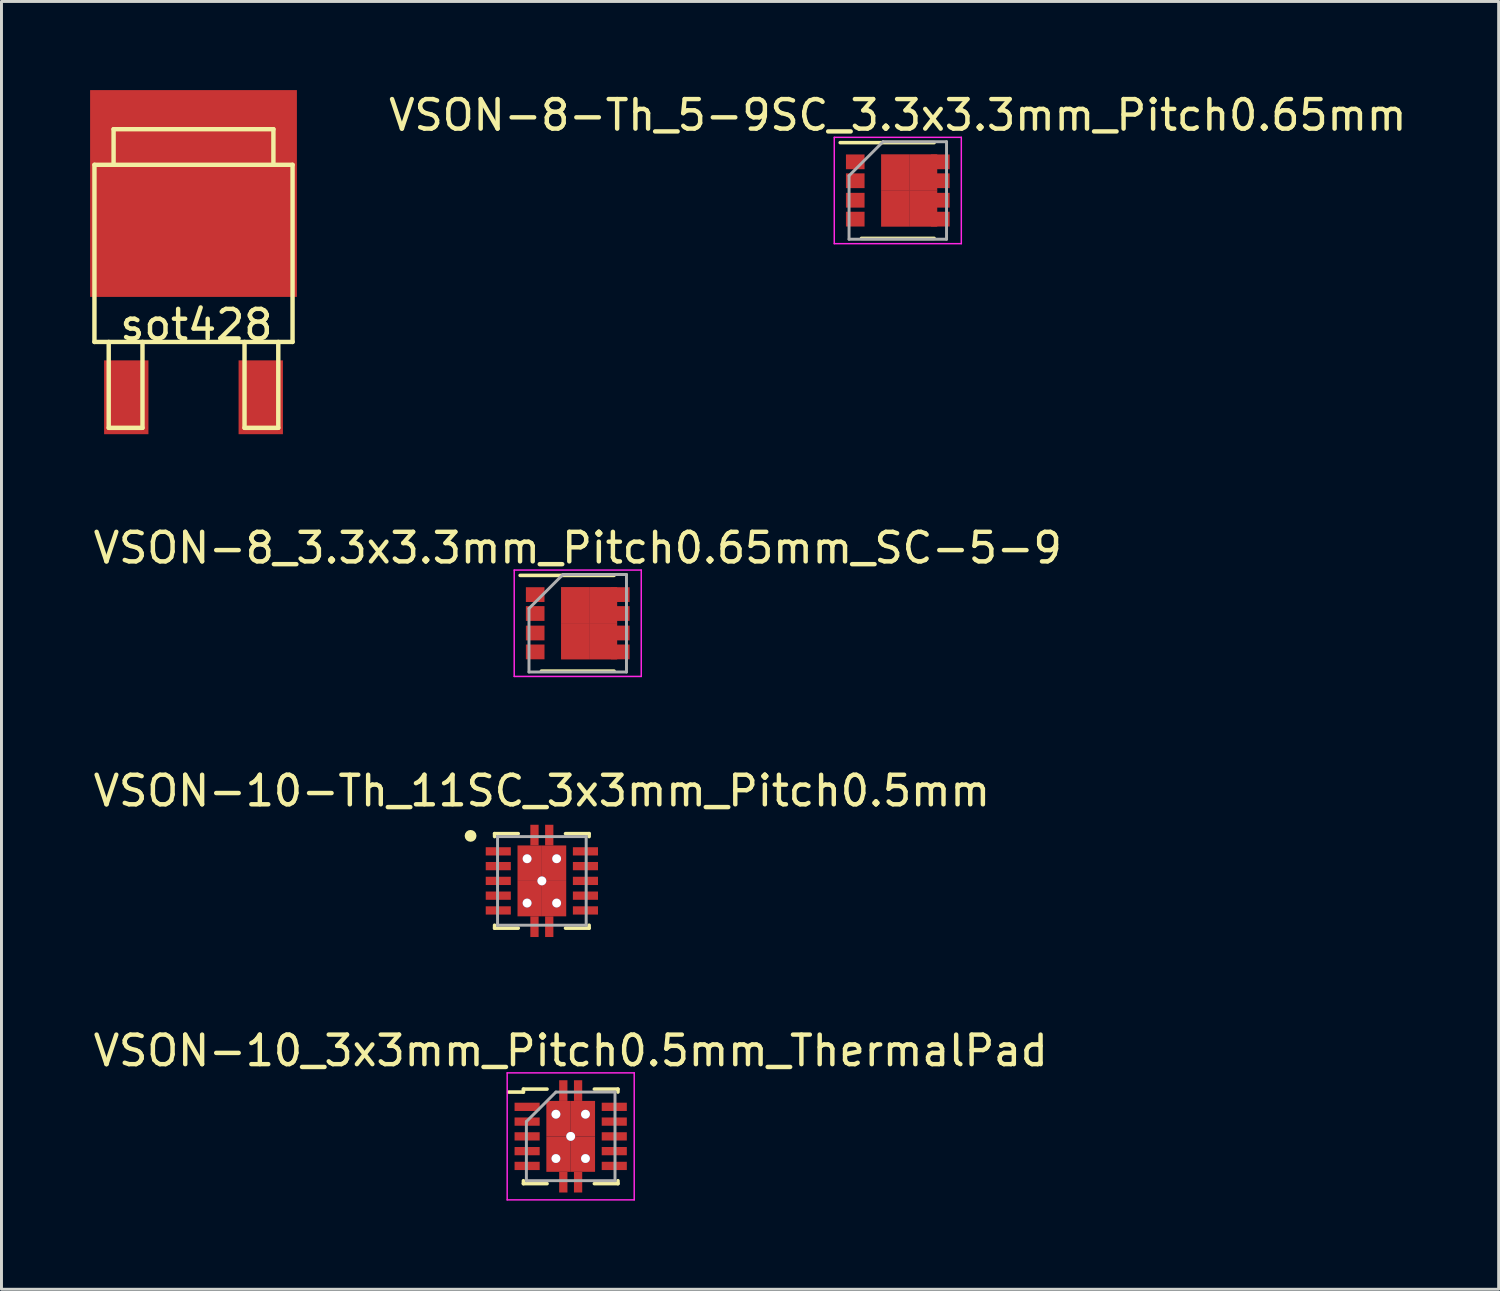
<source format=kicad_pcb>
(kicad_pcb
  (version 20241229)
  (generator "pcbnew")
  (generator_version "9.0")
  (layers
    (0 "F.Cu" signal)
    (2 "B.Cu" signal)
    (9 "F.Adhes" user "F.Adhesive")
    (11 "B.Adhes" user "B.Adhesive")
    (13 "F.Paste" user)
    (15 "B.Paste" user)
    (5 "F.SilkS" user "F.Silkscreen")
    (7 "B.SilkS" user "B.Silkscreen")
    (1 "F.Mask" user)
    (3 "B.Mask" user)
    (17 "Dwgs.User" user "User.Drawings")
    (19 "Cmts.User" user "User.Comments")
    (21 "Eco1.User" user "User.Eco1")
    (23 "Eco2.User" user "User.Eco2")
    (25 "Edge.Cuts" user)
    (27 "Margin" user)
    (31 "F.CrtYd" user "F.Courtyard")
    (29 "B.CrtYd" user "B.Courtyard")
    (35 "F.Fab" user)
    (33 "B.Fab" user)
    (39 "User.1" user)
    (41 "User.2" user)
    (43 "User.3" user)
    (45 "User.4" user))
  (footprint "VSON-10-Th_11SC_3x3mm_Pitch0.5mm"
    (layer "F.Cu")
    (at 15.292 26.768)
    (property "Reference" "VSON-10-Th_11SC_3x3mm_Pitch0.5mm" (at 0 -3.048 0) (layer "F.SilkS") (effects (font (size 1 1) (thickness 0.15))))
    (attr smd)
    (fp_line (start -1.6 -1.6) (end -1.6 -1.5) (stroke (width 0.12) (type solid)) (layer "F.SilkS"))
    (fp_line (start -1.6 1.5) (end -1.6 1.6) (stroke (width 0.12) (type solid)) (layer "F.SilkS"))
    (fp_line (start -1.6 1.6) (end -0.8 1.6) (stroke (width 0.12) (type solid)) (layer "F.SilkS"))
    (fp_line (start -0.8 -1.6) (end -1.6 -1.6) (stroke (width 0.12) (type solid)) (layer "F.SilkS"))
    (fp_line (start 0.8 -1.6) (end 1.6 -1.6) (stroke (width 0.12) (type solid)) (layer "F.SilkS"))
    (fp_line (start 0.8 1.6) (end 1.6 1.6) (stroke (width 0.12) (type solid)) (layer "F.SilkS"))
    (fp_line (start 1.6 -1.6) (end 1.6 -1.5) (stroke (width 0.12) (type solid)) (layer "F.SilkS"))
    (fp_line (start 1.6 1.6) (end 1.6 1.5) (stroke (width 0.12) (type solid)) (layer "F.SilkS"))
    (fp_circle (center -2.413 -1.524) (end -2.413 -1.424) (stroke (width 0.2) (type solid)) (fill no) (layer "F.SilkS"))
    (fp_line (start -1.5 -1.5) (end -1.5 1.5) (stroke (width 0.1) (type solid)) (layer "F.Fab"))
    (fp_line (start -1.5 -1.5) (end 1.5 -1.5) (stroke (width 0.1) (type solid)) (layer "F.Fab"))
    (fp_line (start -1.5 1.5) (end 1.5 1.5) (stroke (width 0.1) (type solid)) (layer "F.Fab"))
    (fp_line (start 1.5 -1.5) (end 1.5 1.5) (stroke (width 0.1) (type solid)) (layer "F.Fab"))
    (pad "1" smd rect (at -1.475 -1) (size 0.85 0.28) (layers "F.Cu" "F.Mask" "F.Paste"))
    (pad "2" smd rect (at -1.475 -0.5) (size 0.85 0.28) (layers "F.Cu" "F.Mask" "F.Paste"))
    (pad "3" smd rect (at -1.475 0) (size 0.85 0.28) (layers "F.Cu" "F.Mask" "F.Paste"))
    (pad "4" smd rect (at -1.475 0.5) (size 0.85 0.28) (layers "F.Cu" "F.Mask" "F.Paste"))
    (pad "5" smd rect (at -1.475 1) (size 0.85 0.28) (layers "F.Cu" "F.Mask" "F.Paste"))
    (pad "6" smd rect (at 1.475 1) (size 0.85 0.28) (layers "F.Cu" "F.Mask" "F.Paste"))
    (pad "7" smd rect (at 1.475 0.5) (size 0.85 0.28) (layers "F.Cu" "F.Mask" "F.Paste"))
    (pad "8" smd rect (at 1.475 0) (size 0.85 0.28) (layers "F.Cu" "F.Mask" "F.Paste"))
    (pad "9" smd rect (at 1.475 -0.5) (size 0.85 0.28) (layers "F.Cu" "F.Mask" "F.Paste"))
    (pad "10" smd rect (at 1.475 -1) (size 0.85 0.28) (layers "F.Cu" "F.Mask" "F.Paste"))
    (pad "11" thru_hole circle (at -0.5 -0.75) (size 0.3 0.3) (drill 0.3) (layers "*.Cu" "*.Mask"))
    (pad "11" thru_hole circle (at -0.5 0.75) (size 0.3 0.3) (drill 0.3) (layers "*.Cu" "*.Mask"))
    (pad "11" smd rect (at -0.412 -0.6) (size 0.825 1.2) (layers "F.Cu" "F.Mask" "F.Paste"))
    (pad "11" smd rect (at -0.412 0.6) (size 0.825 1.2) (layers "F.Cu" "F.Mask" "F.Paste"))
    (pad "11" smd rect (at -0.25 -1.55) (size 0.28 0.7) (layers "F.Cu" "F.Mask" "F.Paste"))
    (pad "11" smd rect (at -0.25 1.55) (size 0.28 0.7) (layers "F.Cu" "F.Mask" "F.Paste"))
    (pad "11" thru_hole circle (at 0 0) (size 0.3 0.3) (drill 0.3) (layers "*.Cu" "*.Mask"))
    (pad "11" smd rect (at 0.25 -1.55) (size 0.28 0.7) (layers "F.Cu" "F.Mask" "F.Paste"))
    (pad "11" smd rect (at 0.25 1.55) (size 0.28 0.7) (layers "F.Cu" "F.Mask" "F.Paste"))
    (pad "11" smd rect (at 0.412 -0.6) (size 0.825 1.2) (layers "F.Cu" "F.Mask" "F.Paste"))
    (pad "11" smd rect (at 0.412 0.6) (size 0.825 1.2) (layers "F.Cu" "F.Mask" "F.Paste"))
    (pad "11" thru_hole circle (at 0.5 -0.75) (size 0.3 0.3) (drill 0.3) (layers "*.Cu" "*.Mask"))
    (pad "11" thru_hole circle (at 0.5 0.75) (size 0.3 0.3) (drill 0.3) (layers "*.Cu" "*.Mask")))
  (footprint "sot428"
    (layer "F.Cu")
    (at 3.5 6.949)
    (property "Reference" "sot428" (at 0.099 1.001 0) (layer "F.SilkS") (effects (font (size 1 1) (thickness 0.15))))
    (attr smd)
    (fp_line (start -3.353 -4.42) (end -3.353 1.575) (stroke (width 0.15) (type solid)) (layer "F.SilkS"))
    (fp_line (start -2.87 1.575) (end -2.87 4.483) (stroke (width 0.15) (type solid)) (layer "F.SilkS"))
    (fp_line (start -2.87 4.483) (end -1.727 4.483) (stroke (width 0.15) (type solid)) (layer "F.SilkS"))
    (fp_line (start -2.705 -5.626) (end 2.705 -5.626) (stroke (width 0.15) (type solid)) (layer "F.SilkS"))
    (fp_line (start -2.705 -4.432) (end -2.705 -5.626) (stroke (width 0.15) (type solid)) (layer "F.SilkS"))
    (fp_line (start -1.727 4.483) (end -1.727 1.575) (stroke (width 0.15) (type solid)) (layer "F.SilkS"))
    (fp_line (start 1.727 1.575) (end 1.727 4.483) (stroke (width 0.15) (type solid)) (layer "F.SilkS"))
    (fp_line (start 1.727 4.483) (end 2.87 4.483) (stroke (width 0.15) (type solid)) (layer "F.SilkS"))
    (fp_line (start 2.705 -5.626) (end 2.705 -4.42) (stroke (width 0.15) (type solid)) (layer "F.SilkS"))
    (fp_line (start 2.87 4.483) (end 2.87 1.575) (stroke (width 0.15) (type solid)) (layer "F.SilkS"))
    (fp_line (start 3.353 -4.42) (end -3.353 -4.42) (stroke (width 0.15) (type solid)) (layer "F.SilkS"))
    (fp_line (start 3.353 1.575) (end -3.353 1.575) (stroke (width 0.15) (type solid)) (layer "F.SilkS"))
    (fp_line (start 3.353 1.575) (end 3.353 -4.42) (stroke (width 0.15) (type solid)) (layer "F.SilkS"))
    (pad "1" smd rect (at -2.276 3.449) (size 1.501 2.499) (layers "F.Cu" "F.Mask" "F.Paste"))
    (pad "2" smd rect (at 0 -3.449) (size 7 7) (layers "F.Cu" "F.Mask" "F.Paste"))
    (pad "3" smd rect (at 2.276 3.449) (size 1.501 2.499) (layers "F.Cu" "F.Mask" "F.Paste")))
  (footprint "VSON-8_3.3x3.3mm_Pitch0.65mm_SC-5-9"
    (layer "F.Cu")
    (at 16.506 18.047)
    (property "Reference" "VSON-8_3.3x3.3mm_Pitch0.65mm_SC-5-9" (at 0 -2.55 0) (layer "F.SilkS") (effects (font (size 1 1) (thickness 0.15))))
    (attr smd)
    (fp_line (start -1.95 -1.62) (end 1.23 -1.62) (stroke (width 0.12) (type solid)) (layer "F.SilkS"))
    (fp_line (start -1.23 1.62) (end 1.23 1.62) (stroke (width 0.12) (type solid)) (layer "F.SilkS"))
    (fp_line (start -2.15 -1.8) (end -2.15 1.8) (stroke (width 0.05) (type solid)) (layer "F.CrtYd"))
    (fp_line (start -2.15 -1.8) (end 2.15 -1.8) (stroke (width 0.05) (type solid)) (layer "F.CrtYd"))
    (fp_line (start -2.15 1.8) (end 2.15 1.8) (stroke (width 0.05) (type solid)) (layer "F.CrtYd"))
    (fp_line (start 2.15 -1.8) (end 2.15 1.8) (stroke (width 0.05) (type solid)) (layer "F.CrtYd"))
    (fp_line (start -1.65 -0.5) (end -0.5 -1.65) (stroke (width 0.1) (type solid)) (layer "F.Fab"))
    (fp_line (start -1.65 1.65) (end -1.65 -0.5) (stroke (width 0.1) (type solid)) (layer "F.Fab"))
    (fp_line (start -0.5 -1.65) (end 1.65 -1.65) (stroke (width 0.1) (type solid)) (layer "F.Fab"))
    (fp_line (start 1.65 -1.65) (end 1.65 1.65) (stroke (width 0.1) (type solid)) (layer "F.Fab"))
    (fp_line (start 1.65 1.65) (end -1.65 1.65) (stroke (width 0.1) (type solid)) (layer "F.Fab"))
    (pad "1" smd rect (at -1.44 -0.97) (size 0.63 0.5) (layers "F.Cu" "F.Mask" "F.Paste"))
    (pad "2" smd rect (at -1.44 -0.33) (size 0.63 0.5) (layers "F.Cu" "F.Mask" "F.Paste"))
    (pad "3" smd rect (at -1.44 0.33) (size 0.63 0.5) (layers "F.Cu" "F.Mask" "F.Paste"))
    (pad "4" smd rect (at -1.44 0.97) (size 0.63 0.5) (layers "F.Cu" "F.Mask" "F.Paste"))
    (pad "5" smd rect (at 1.44 0.97) (size 0.63 0.5) (layers "F.Cu" "F.Mask" "F.Paste"))
    (pad "6" smd rect (at 1.44 0.33) (size 0.63 0.5) (layers "F.Cu" "F.Mask" "F.Paste"))
    (pad "7" smd rect (at 1.44 -0.33) (size 0.63 0.5) (layers "F.Cu" "F.Mask" "F.Paste"))
    (pad "8" smd rect (at 1.44 -0.97) (size 0.63 0.5) (layers "F.Cu" "F.Mask" "F.Paste"))
    (pad "9" smd rect (at -0.09 -0.61) (size 0.95 1.23) (layers "F.Cu" "F.Mask" "F.Paste"))
    (pad "9" smd rect (at -0.09 0.61) (size 0.95 1.23) (layers "F.Cu" "F.Mask" "F.Paste"))
    (pad "9" smd rect (at 0.86 -0.61) (size 0.95 1.23) (layers "F.Cu" "F.Mask" "F.Paste"))
    (pad "9" smd rect (at 0.86 0.61) (size 0.95 1.23) (layers "F.Cu" "F.Mask" "F.Paste")))
  (footprint "VSON-8-Th_5-9SC_3.3x3.3mm_Pitch0.65mm"
    (layer "F.Cu")
    (at 27.34 3.398)
    (property "Reference" "VSON-8-Th_5-9SC_3.3x3.3mm_Pitch0.65mm" (at 0 -2.55 0) (layer "F.SilkS") (effects (font (size 1 1) (thickness 0.15))))
    (attr smd)
    (fp_line (start -1.95 -1.62) (end 1.23 -1.62) (stroke (width 0.12) (type solid)) (layer "F.SilkS"))
    (fp_line (start -1.23 1.62) (end 1.23 1.62) (stroke (width 0.12) (type solid)) (layer "F.SilkS"))
    (fp_line (start -2.15 -1.8) (end -2.15 1.8) (stroke (width 0.05) (type solid)) (layer "F.CrtYd"))
    (fp_line (start -2.15 -1.8) (end 2.15 -1.8) (stroke (width 0.05) (type solid)) (layer "F.CrtYd"))
    (fp_line (start -2.15 1.8) (end 2.15 1.8) (stroke (width 0.05) (type solid)) (layer "F.CrtYd"))
    (fp_line (start 2.15 -1.8) (end 2.15 1.8) (stroke (width 0.05) (type solid)) (layer "F.CrtYd"))
    (fp_line (start -1.65 -0.5) (end -0.5 -1.65) (stroke (width 0.1) (type solid)) (layer "F.Fab"))
    (fp_line (start -1.65 1.65) (end -1.65 -0.5) (stroke (width 0.1) (type solid)) (layer "F.Fab"))
    (fp_line (start -0.5 -1.65) (end 1.65 -1.65) (stroke (width 0.1) (type solid)) (layer "F.Fab"))
    (fp_line (start 1.65 -1.65) (end 1.65 1.65) (stroke (width 0.1) (type solid)) (layer "F.Fab"))
    (fp_line (start 1.65 1.65) (end -1.65 1.65) (stroke (width 0.1) (type solid)) (layer "F.Fab"))
    (pad "1" smd rect (at -1.44 -0.97) (size 0.63 0.5) (layers "F.Cu" "F.Mask" "F.Paste"))
    (pad "2" smd rect (at -1.44 -0.33) (size 0.63 0.5) (layers "F.Cu" "F.Mask" "F.Paste"))
    (pad "3" smd rect (at -1.44 0.33) (size 0.63 0.5) (layers "F.Cu" "F.Mask" "F.Paste"))
    (pad "4" smd rect (at -1.44 0.97) (size 0.63 0.5) (layers "F.Cu" "F.Mask" "F.Paste"))
    (pad "5" smd rect (at 1.44 0.97) (size 0.63 0.5) (layers "F.Cu" "F.Mask" "F.Paste"))
    (pad "6" smd rect (at 1.44 0.33) (size 0.63 0.5) (layers "F.Cu" "F.Mask" "F.Paste"))
    (pad "7" smd rect (at 1.44 -0.33) (size 0.63 0.5) (layers "F.Cu" "F.Mask" "F.Paste"))
    (pad "8" smd rect (at 1.44 -0.97) (size 0.63 0.5) (layers "F.Cu" "F.Mask" "F.Paste"))
    (pad "9" smd rect (at -0.09 -0.61) (size 0.95 1.23) (layers "F.Cu" "F.Mask" "F.Paste"))
    (pad "9" smd rect (at -0.09 0.61) (size 0.95 1.23) (layers "F.Cu" "F.Mask" "F.Paste"))
    (pad "9" smd rect (at 0.86 -0.61) (size 0.95 1.23) (layers "F.Cu" "F.Mask" "F.Paste"))
    (pad "9" smd rect (at 0.86 0.61) (size 0.95 1.23) (layers "F.Cu" "F.Mask" "F.Paste")))
  (footprint "VSON-10_3x3mm_Pitch0.5mm_ThermalPad"
    (layer "F.Cu")
    (at 16.268 35.416)
    (property "Reference" "VSON-10_3x3mm_Pitch0.5mm_ThermalPad" (at 0 -2.9 0) (layer "F.SilkS") (effects (font (size 1 1) (thickness 0.15))))
    (attr smd)
    (fp_line (start -1.6 -1.6) (end -1.6 -1.5) (stroke (width 0.12) (type solid)) (layer "F.SilkS"))
    (fp_line (start -1.6 -1.5) (end -2.1 -1.5) (stroke (width 0.12) (type solid)) (layer "F.SilkS"))
    (fp_line (start -1.6 1.5) (end -1.6 1.6) (stroke (width 0.12) (type solid)) (layer "F.SilkS"))
    (fp_line (start -1.6 1.6) (end -0.8 1.6) (stroke (width 0.12) (type solid)) (layer "F.SilkS"))
    (fp_line (start -0.8 -1.6) (end -1.6 -1.6) (stroke (width 0.12) (type solid)) (layer "F.SilkS"))
    (fp_line (start 0.8 -1.6) (end 1.6 -1.6) (stroke (width 0.12) (type solid)) (layer "F.SilkS"))
    (fp_line (start 0.8 1.6) (end 1.6 1.6) (stroke (width 0.12) (type solid)) (layer "F.SilkS"))
    (fp_line (start 1.6 -1.6) (end 1.6 -1.5) (stroke (width 0.12) (type solid)) (layer "F.SilkS"))
    (fp_line (start 1.6 1.6) (end 1.6 1.5) (stroke (width 0.12) (type solid)) (layer "F.SilkS"))
    (fp_line (start -2.15 -2.15) (end 2.15 -2.15) (stroke (width 0.05) (type solid)) (layer "F.CrtYd"))
    (fp_line (start -2.15 2.15) (end -2.15 -2.15) (stroke (width 0.05) (type solid)) (layer "F.CrtYd"))
    (fp_line (start 2.15 -2.15) (end 2.15 2.15) (stroke (width 0.05) (type solid)) (layer "F.CrtYd"))
    (fp_line (start 2.15 2.15) (end -2.15 2.15) (stroke (width 0.05) (type solid)) (layer "F.CrtYd"))
    (fp_line (start -1.5 -0.5) (end -1.5 1.5) (stroke (width 0.1) (type solid)) (layer "F.Fab"))
    (fp_line (start -1.5 -0.5) (end -0.5 -1.5) (stroke (width 0.1) (type solid)) (layer "F.Fab"))
    (fp_line (start -1.5 1.5) (end 1.5 1.5) (stroke (width 0.1) (type solid)) (layer "F.Fab"))
    (fp_line (start -0.5 -1.5) (end 1.5 -1.5) (stroke (width 0.1) (type solid)) (layer "F.Fab"))
    (fp_line (start 1.5 -1.5) (end 1.5 1.5) (stroke (width 0.1) (type solid)) (layer "F.Fab"))
    (pad "1" smd rect (at -1.475 -1) (size 0.85 0.28) (layers "F.Cu" "F.Mask" "F.Paste"))
    (pad "2" smd rect (at -1.475 -0.5) (size 0.85 0.28) (layers "F.Cu" "F.Mask" "F.Paste"))
    (pad "3" smd rect (at -1.475 0) (size 0.85 0.28) (layers "F.Cu" "F.Mask" "F.Paste"))
    (pad "4" smd rect (at -1.475 0.5) (size 0.85 0.28) (layers "F.Cu" "F.Mask" "F.Paste"))
    (pad "5" smd rect (at -1.475 1) (size 0.85 0.28) (layers "F.Cu" "F.Mask" "F.Paste"))
    (pad "6" smd rect (at 1.475 1) (size 0.85 0.28) (layers "F.Cu" "F.Mask" "F.Paste"))
    (pad "7" smd rect (at 1.475 0.5) (size 0.85 0.28) (layers "F.Cu" "F.Mask" "F.Paste"))
    (pad "8" smd rect (at 1.475 0) (size 0.85 0.28) (layers "F.Cu" "F.Mask" "F.Paste"))
    (pad "9" smd rect (at 1.475 -0.5) (size 0.85 0.28) (layers "F.Cu" "F.Mask" "F.Paste"))
    (pad "10" smd rect (at 1.475 -1) (size 0.85 0.28) (layers "F.Cu" "F.Mask" "F.Paste"))
    (pad "11" thru_hole circle (at -0.5 -0.75) (size 0.3 0.3) (drill 0.3) (layers "*.Cu" "*.Mask"))
    (pad "11" thru_hole circle (at -0.5 0.75) (size 0.3 0.3) (drill 0.3) (layers "*.Cu" "*.Mask"))
    (pad "11" smd rect (at -0.412 -0.6) (size 0.825 1.2) (layers "F.Cu" "F.Mask" "F.Paste"))
    (pad "11" smd rect (at -0.412 0.6) (size 0.825 1.2) (layers "F.Cu" "F.Mask" "F.Paste"))
    (pad "11" smd rect (at -0.25 -1.55) (size 0.28 0.7) (layers "F.Cu" "F.Mask" "F.Paste"))
    (pad "11" smd rect (at -0.25 1.55) (size 0.28 0.7) (layers "F.Cu" "F.Mask" "F.Paste"))
    (pad "11" thru_hole circle (at 0 0) (size 0.3 0.3) (drill 0.3) (layers "*.Cu" "*.Mask"))
    (pad "11" smd rect (at 0.25 -1.55) (size 0.28 0.7) (layers "F.Cu" "F.Mask" "F.Paste"))
    (pad "11" smd rect (at 0.25 1.55) (size 0.28 0.7) (layers "F.Cu" "F.Mask" "F.Paste"))
    (pad "11" smd rect (at 0.412 -0.6) (size 0.825 1.2) (layers "F.Cu" "F.Mask" "F.Paste"))
    (pad "11" smd rect (at 0.412 0.6) (size 0.825 1.2) (layers "F.Cu" "F.Mask" "F.Paste"))
    (pad "11" thru_hole circle (at 0.5 -0.75) (size 0.3 0.3) (drill 0.3) (layers "*.Cu" "*.Mask"))
    (pad "11" thru_hole circle (at 0.5 0.75) (size 0.3 0.3) (drill 0.3) (layers "*.Cu" "*.Mask")))
  (gr_rect
    (start -3 -3)
    (end 47.679 40.591)
    (stroke (width 0.1) (type default))
    (fill no)
    (layer "Edge.Cuts")))
</source>
